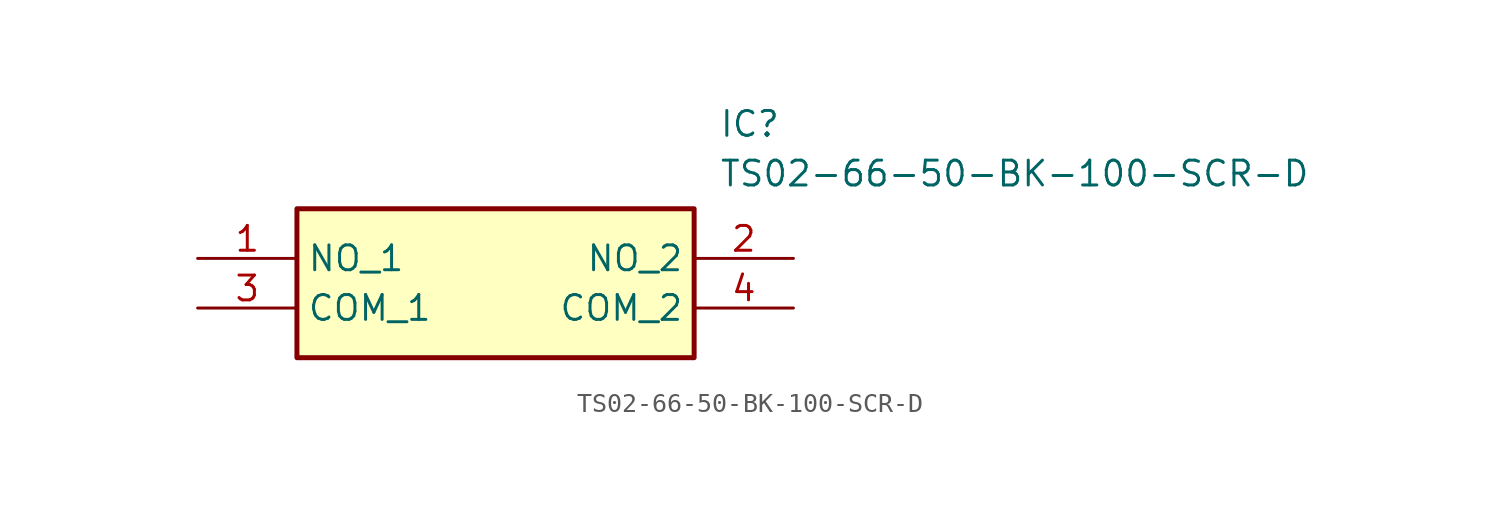
<source format=kicad_sym>
(kicad_symbol_lib
  (version 20211014)
  (generator SamacSys_ECAD_Model)
  (symbol "TS02-66-50-BK-100-SCR-D"
    (property "Reference" "IC"
      (at 26.67 7.62 0)
      (effects (font (size 1.27 1.27)) (justify left top)))
    (property "Value" "TS02-66-50-BK-100-SCR-D"
      (at 26.67 5.08 0)
      (effects (font (size 1.27 1.27)) (justify left top)))
    (rectangle
      (start 5.08 2.54)
      (end 25.4 -5.08)
      (stroke (width 0.254) (type default))
      (fill (type background)))
    (pin passive line
      (at 0 0 0)
      (length 5.08)
      (name "NO_1" (effects (font (size 1.27 1.27))))
      (number "1" (effects (font (size 1.27 1.27)))))
    (pin passive line
      (at 30.48 0 180)
      (length 5.08)
      (name "NO_2" (effects (font (size 1.27 1.27))))
      (number "2" (effects (font (size 1.27 1.27)))))
    (pin passive line
      (at 0 -2.54 0)
      (length 5.08)
      (name "COM_1" (effects (font (size 1.27 1.27))))
      (number "3" (effects (font (size 1.27 1.27)))))
    (pin passive line
      (at 30.48 -2.54 180)
      (length 5.08)
      (name "COM_2" (effects (font (size 1.27 1.27))))
      (number "4" (effects (font (size 1.27 1.27)))))))
</source>
